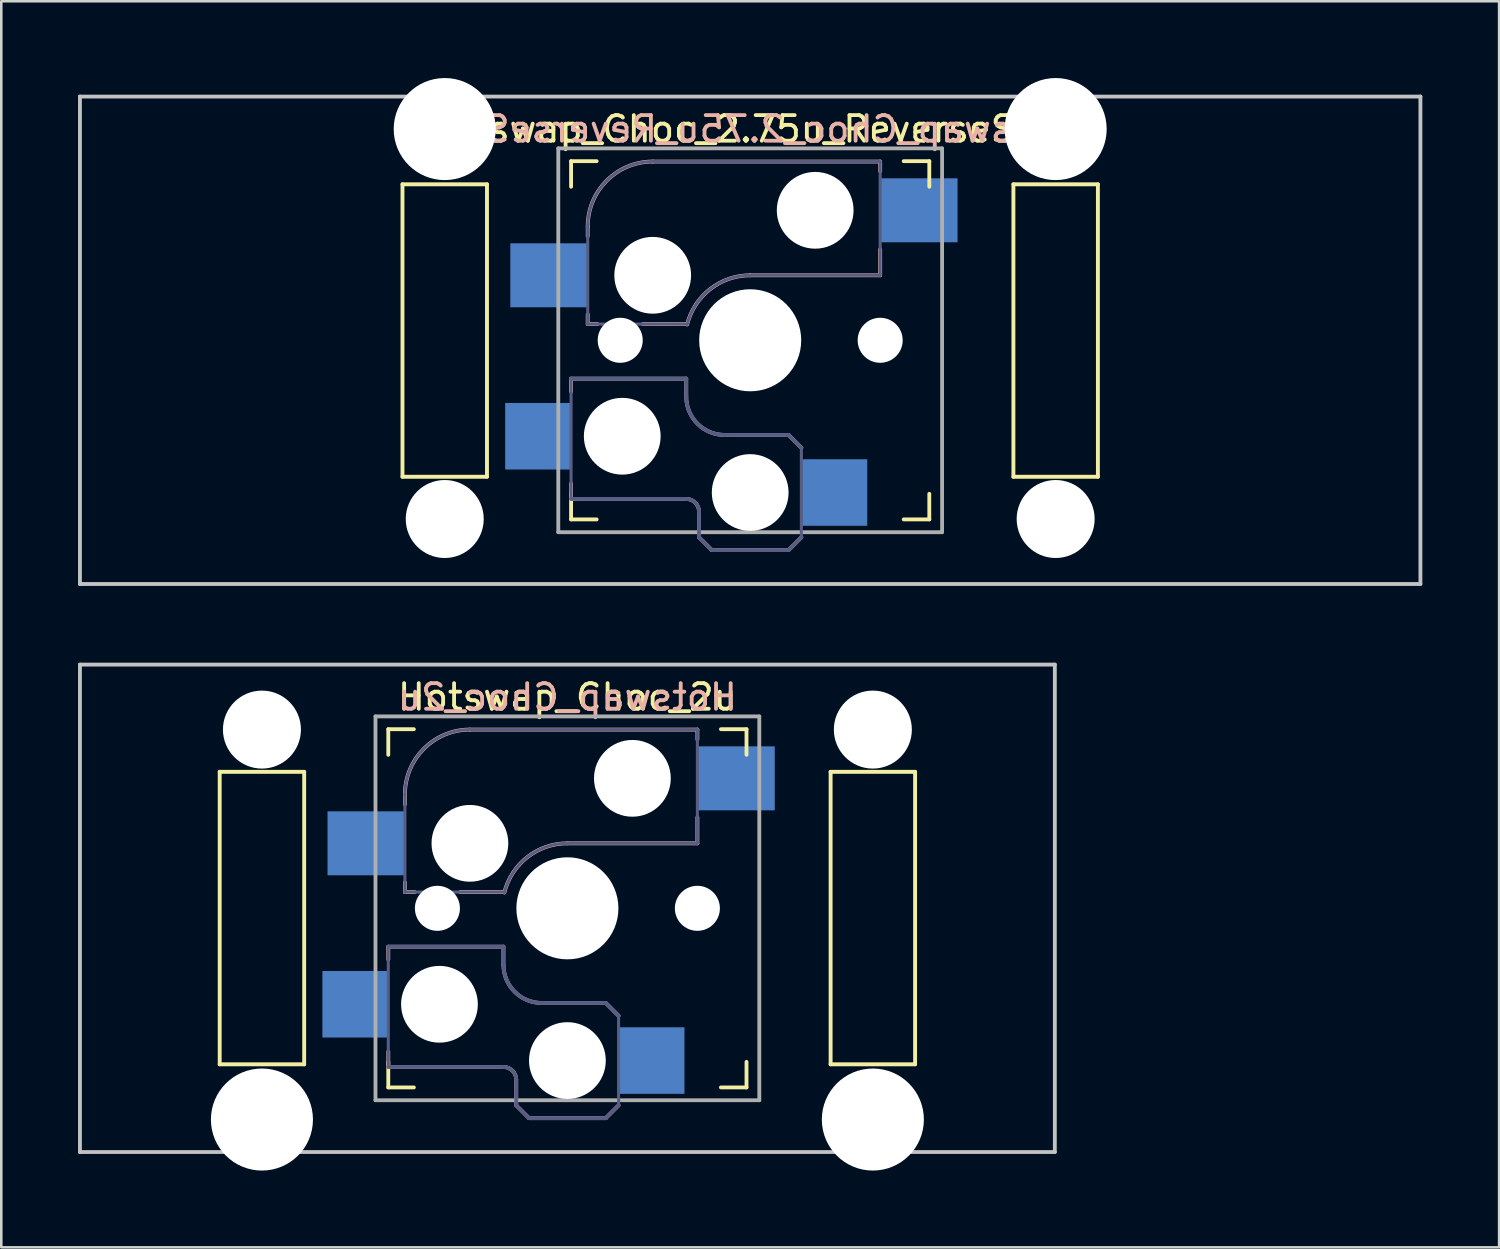
<source format=kicad_pcb>
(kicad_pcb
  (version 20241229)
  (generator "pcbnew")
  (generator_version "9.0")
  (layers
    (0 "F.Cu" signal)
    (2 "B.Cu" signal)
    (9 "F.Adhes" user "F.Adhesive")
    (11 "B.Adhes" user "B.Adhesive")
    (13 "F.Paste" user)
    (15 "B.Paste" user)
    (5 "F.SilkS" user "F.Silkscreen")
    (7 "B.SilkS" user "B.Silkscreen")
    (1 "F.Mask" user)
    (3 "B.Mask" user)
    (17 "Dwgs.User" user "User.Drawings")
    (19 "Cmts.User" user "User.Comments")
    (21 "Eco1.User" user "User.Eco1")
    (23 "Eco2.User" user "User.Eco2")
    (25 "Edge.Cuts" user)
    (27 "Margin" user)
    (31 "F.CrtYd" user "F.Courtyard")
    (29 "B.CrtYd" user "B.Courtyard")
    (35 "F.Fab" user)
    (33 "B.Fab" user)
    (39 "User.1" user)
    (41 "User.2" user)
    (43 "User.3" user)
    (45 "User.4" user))
  (footprint "Hotswap_Choc_2u"
    (layer "F.Cu")
    (at 19.125 32.449)
    (property "Reference" "Hotswap_Choc_2u" (at 0 -8.255 0) (layer "F.SilkS") (effects (font (size 1 1) (thickness 0.15))))
    (attr through_hole)
    (fp_line (start -13.589 -5.334) (end -13.589 6.096) (stroke (width 0.152) (type solid)) (layer "F.SilkS"))
    (fp_line (start -13.589 6.096) (end -10.287 6.096) (stroke (width 0.152) (type solid)) (layer "F.SilkS"))
    (fp_line (start -10.287 -5.334) (end -13.589 -5.334) (stroke (width 0.152) (type solid)) (layer "F.SilkS"))
    (fp_line (start -10.287 6.096) (end -10.287 -5.334) (stroke (width 0.152) (type solid)) (layer "F.SilkS"))
    (fp_line (start -7 -6) (end -7 -7) (stroke (width 0.15) (type solid)) (layer "F.SilkS"))
    (fp_line (start -7 7) (end -7 6) (stroke (width 0.15) (type solid)) (layer "F.SilkS"))
    (fp_line (start -7 7) (end -6 7) (stroke (width 0.15) (type solid)) (layer "F.SilkS"))
    (fp_line (start -6 -7) (end -7 -7) (stroke (width 0.15) (type solid)) (layer "F.SilkS"))
    (fp_line (start 6 7) (end 7 7) (stroke (width 0.15) (type solid)) (layer "F.SilkS"))
    (fp_line (start 7 -7) (end 6 -7) (stroke (width 0.15) (type solid)) (layer "F.SilkS"))
    (fp_line (start 7 -7) (end 7 -6) (stroke (width 0.15) (type solid)) (layer "F.SilkS"))
    (fp_line (start 7 6) (end 7 7) (stroke (width 0.15) (type solid)) (layer "F.SilkS"))
    (fp_line (start 10.287 -5.334) (end 10.287 6.096) (stroke (width 0.152) (type solid)) (layer "F.SilkS"))
    (fp_line (start 10.287 6.096) (end 13.589 6.096) (stroke (width 0.152) (type solid)) (layer "F.SilkS"))
    (fp_line (start 13.589 -5.334) (end 10.287 -5.334) (stroke (width 0.152) (type solid)) (layer "F.SilkS"))
    (fp_line (start 13.589 6.096) (end 13.589 -5.334) (stroke (width 0.152) (type solid)) (layer "F.SilkS"))
    (fp_line (start -7 1.5) (end -7 2) (stroke (width 0.15) (type solid)) (layer "B.SilkS"))
    (fp_line (start -7 5.6) (end -7 6.2) (stroke (width 0.15) (type solid)) (layer "B.SilkS"))
    (fp_line (start -7 6.2) (end -2.5 6.2) (stroke (width 0.15) (type solid)) (layer "B.SilkS"))
    (fp_line (start -6.35 -4.445) (end -6.35 -4.064) (stroke (width 0.15) (type solid)) (layer "B.SilkS"))
    (fp_line (start -6.35 -1.016) (end -6.35 -0.635) (stroke (width 0.15) (type solid)) (layer "B.SilkS"))
    (fp_line (start -6.35 -0.635) (end -5.969 -0.635) (stroke (width 0.15) (type solid)) (layer "B.SilkS"))
    (fp_line (start -4.191 -0.635) (end -2.54 -0.635) (stroke (width 0.15) (type solid)) (layer "B.SilkS"))
    (fp_line (start -2.5 1.5) (end -7 1.5) (stroke (width 0.15) (type solid)) (layer "B.SilkS"))
    (fp_line (start -2.5 2.2) (end -2.5 1.5) (stroke (width 0.15) (type solid)) (layer "B.SilkS"))
    (fp_line (start -2 6.7) (end -2 7.7) (stroke (width 0.15) (type solid)) (layer "B.SilkS"))
    (fp_line (start -1.5 8.2) (end -2 7.7) (stroke (width 0.15) (type solid)) (layer "B.SilkS"))
    (fp_line (start 0 -2.54) (end 5.08 -2.54) (stroke (width 0.15) (type solid)) (layer "B.SilkS"))
    (fp_line (start 1.5 3.7) (end -1 3.7) (stroke (width 0.15) (type solid)) (layer "B.SilkS"))
    (fp_line (start 1.5 8.2) (end -1.5 8.2) (stroke (width 0.15) (type solid)) (layer "B.SilkS"))
    (fp_line (start 2 4.2) (end 1.5 3.7) (stroke (width 0.15) (type solid)) (layer "B.SilkS"))
    (fp_line (start 2 7.7) (end 1.5 8.2) (stroke (width 0.15) (type solid)) (layer "B.SilkS"))
    (fp_line (start 5.08 -6.985) (end -3.81 -6.985) (stroke (width 0.15) (type solid)) (layer "B.SilkS"))
    (fp_line (start 5.08 -6.604) (end 5.08 -6.985) (stroke (width 0.15) (type solid)) (layer "B.SilkS"))
    (fp_line (start 5.08 -2.54) (end 5.08 -3.556) (stroke (width 0.15) (type solid)) (layer "B.SilkS"))
    (fp_arc (start -6.35 -4.445) (mid -5.606051 -6.241051) (end -3.81 -6.985) (stroke (width 0.15) (type solid)) (layer "B.SilkS"))
    (fp_arc (start -2.5 6.2) (mid -2.146447 6.346447) (end -2 6.7) (stroke (width 0.15) (type solid)) (layer "B.SilkS"))
    (fp_arc (start -2.464162 -0.61604) (mid -1.563147 -2.002042) (end 0 -2.54) (stroke (width 0.15) (type solid)) (layer "B.SilkS"))
    (fp_arc (start -1 3.7) (mid -2.06066 3.26066) (end -2.5 2.2) (stroke (width 0.15) (type solid)) (layer "B.SilkS"))
    (fp_line (start -19.05 -9.525) (end 19.05 -9.525) (stroke (width 0.15) (type solid)) (layer "Dwgs.User"))
    (fp_line (start -19.05 9.525) (end -19.05 -9.525) (stroke (width 0.15) (type solid)) (layer "Dwgs.User"))
    (fp_line (start -19.05 9.525) (end 19.05 9.525) (stroke (width 0.15) (type solid)) (layer "Dwgs.User"))
    (fp_line (start 19.05 -9.525) (end 19.05 9.525) (stroke (width 0.15) (type solid)) (layer "Dwgs.User"))
    (fp_line (start -6.9 6.9) (end -6.9 -6.9) (stroke (width 0.15) (type solid)) (layer "Eco2.User"))
    (fp_line (start -6.9 6.9) (end 6.9 6.9) (stroke (width 0.15) (type solid)) (layer "Eco2.User"))
    (fp_line (start 6.9 -6.9) (end -6.9 -6.9) (stroke (width 0.15) (type solid)) (layer "Eco2.User"))
    (fp_line (start 6.9 -6.9) (end 6.9 6.9) (stroke (width 0.15) (type solid)) (layer "Eco2.User"))
    (fp_line (start -7 1.5) (end -7 6.2) (stroke (width 0.12) (type solid)) (layer "B.Fab"))
    (fp_line (start -7 6.2) (end -2.5 6.2) (stroke (width 0.15) (type solid)) (layer "B.Fab"))
    (fp_line (start -6.35 -4.445) (end -6.35 -0.635) (stroke (width 0.12) (type solid)) (layer "B.Fab"))
    (fp_line (start -6.35 -0.635) (end -2.54 -0.635) (stroke (width 0.12) (type solid)) (layer "B.Fab"))
    (fp_line (start -2.5 1.5) (end -7 1.5) (stroke (width 0.15) (type solid)) (layer "B.Fab"))
    (fp_line (start -2.5 2.2) (end -2.5 1.5) (stroke (width 0.15) (type solid)) (layer "B.Fab"))
    (fp_line (start -2 6.7) (end -2 7.7) (stroke (width 0.15) (type solid)) (layer "B.Fab"))
    (fp_line (start -1.5 8.2) (end -2 7.7) (stroke (width 0.15) (type solid)) (layer "B.Fab"))
    (fp_line (start 0 -2.54) (end 5.08 -2.54) (stroke (width 0.12) (type solid)) (layer "B.Fab"))
    (fp_line (start 1.5 3.7) (end -1 3.7) (stroke (width 0.15) (type solid)) (layer "B.Fab"))
    (fp_line (start 1.5 8.2) (end -1.5 8.2) (stroke (width 0.15) (type solid)) (layer "B.Fab"))
    (fp_line (start 2 4.2) (end 1.5 3.7) (stroke (width 0.15) (type solid)) (layer "B.Fab"))
    (fp_line (start 2 4.25) (end 2 7.7) (stroke (width 0.12) (type solid)) (layer "B.Fab"))
    (fp_line (start 2 7.7) (end 1.5 8.2) (stroke (width 0.15) (type solid)) (layer "B.Fab"))
    (fp_line (start 5.08 -6.985) (end -3.81 -6.985) (stroke (width 0.12) (type solid)) (layer "B.Fab"))
    (fp_line (start 5.08 -2.54) (end 5.08 -6.985) (stroke (width 0.12) (type solid)) (layer "B.Fab"))
    (fp_arc (start -6.35 -4.445) (mid -5.606051 -6.241051) (end -3.81 -6.985) (stroke (width 0.12) (type solid)) (layer "B.Fab"))
    (fp_arc (start -2.5 6.2) (mid -2.146447 6.346447) (end -2 6.7) (stroke (width 0.15) (type solid)) (layer "B.Fab"))
    (fp_arc (start -2.464162 -0.61604) (mid -1.563147 -2.002042) (end 0 -2.54) (stroke (width 0.12) (type solid)) (layer "B.Fab"))
    (fp_arc (start -1 3.7) (mid -2.06066 3.26066) (end -2.5 2.2) (stroke (width 0.15) (type solid)) (layer "B.Fab"))
    (fp_line (start -7.5 -7.5) (end 7.5 -7.5) (stroke (width 0.15) (type solid)) (layer "F.Fab"))
    (fp_line (start -7.5 7.5) (end -7.5 -7.5) (stroke (width 0.15) (type solid)) (layer "F.Fab"))
    (fp_line (start 7.5 -7.5) (end 7.5 7.5) (stroke (width 0.15) (type solid)) (layer "F.Fab"))
    (fp_line (start 7.5 7.5) (end -7.5 7.5) (stroke (width 0.15) (type solid)) (layer "F.Fab"))
    (fp_text user "${REFERENCE}" (at 0 -8.255 0) (layer "B.SilkS") (effects (font (size 1 1) (thickness 0.15)) (justify mirror)))
    (pad "" np_thru_hole circle (at -11.938 -6.985) (size 3.048 3.048) (drill 3.048) (layers "*.Cu" "*.Mask"))
    (pad "" np_thru_hole circle (at -11.938 8.255) (size 3.988 3.988) (drill 3.988) (layers "*.Cu" "*.Mask"))
    (pad "" np_thru_hole circle (at -5.08 0 180) (size 1.76 1.76) (drill 1.76) (layers "*.Cu" "*.Mask"))
    (pad "" np_thru_hole circle (at -5 3.75) (size 3 3) (drill 3) (layers "*.Cu" "*.Mask"))
    (pad "" np_thru_hole circle (at -3.81 -2.54 180) (size 3 3) (drill 3) (layers "*.Cu" "*.Mask"))
    (pad "" np_thru_hole circle (at 0 0 180) (size 3.988 3.988) (drill 3.988) (layers "*.Cu" "*.Mask"))
    (pad "" np_thru_hole circle (at 0 5.95) (size 3 3) (drill 3) (layers "*.Cu" "*.Mask"))
    (pad "" np_thru_hole circle (at 2.54 -5.08 180) (size 3 3) (drill 3) (layers "*.Cu" "*.Mask"))
    (pad "" np_thru_hole circle (at 5.08 0 180) (size 1.76 1.76) (drill 1.76) (layers "*.Cu" "*.Mask"))
    (pad "" np_thru_hole circle (at 11.938 -6.985) (size 3.048 3.048) (drill 3.048) (layers "*.Cu" "*.Mask"))
    (pad "" np_thru_hole circle (at 11.938 8.255) (size 3.988 3.988) (drill 3.988) (layers "*.Cu" "*.Mask"))
    (pad "1" smd rect (at -8.275 3.75) (size 2.6 2.6) (layers "B.Cu" "B.Mask" "B.Paste"))
    (pad "1" smd rect (at -7.874 -2.54 180) (size 3 2.5) (layers "B.Cu" "B.Mask" "B.Paste"))
    (pad "2" smd rect (at 3.275 5.95) (size 2.6 2.6) (layers "B.Cu" "B.Mask" "B.Paste"))
    (pad "2" smd rect (at 6.604 -5.08 180) (size 3 2.5) (layers "B.Cu" "B.Mask" "B.Paste")))
  (footprint "Hotswap_Choc_2.75u_ReverseStab"
    (layer "F.Cu")
    (at 26.269 10.249)
    (property "Reference" "Hotswap_Choc_2.75u_ReverseStab" (at 0 -8.255 0) (layer "F.SilkS") (effects (font (size 1 1) (thickness 0.15))))
    (attr through_hole)
    (fp_line (start -13.589 -6.096) (end -13.589 5.334) (stroke (width 0.152) (type solid)) (layer "F.SilkS"))
    (fp_line (start -13.589 5.334) (end -10.287 5.334) (stroke (width 0.152) (type solid)) (layer "F.SilkS"))
    (fp_line (start -10.287 -6.096) (end -13.589 -6.096) (stroke (width 0.152) (type solid)) (layer "F.SilkS"))
    (fp_line (start -10.287 5.334) (end -10.287 -6.096) (stroke (width 0.152) (type solid)) (layer "F.SilkS"))
    (fp_line (start -7 -6) (end -7 -7) (stroke (width 0.15) (type solid)) (layer "F.SilkS"))
    (fp_line (start -7 7) (end -7 6) (stroke (width 0.15) (type solid)) (layer "F.SilkS"))
    (fp_line (start -7 7) (end -6 7) (stroke (width 0.15) (type solid)) (layer "F.SilkS"))
    (fp_line (start -6 -7) (end -7 -7) (stroke (width 0.15) (type solid)) (layer "F.SilkS"))
    (fp_line (start 6 7) (end 7 7) (stroke (width 0.15) (type solid)) (layer "F.SilkS"))
    (fp_line (start 7 -7) (end 6 -7) (stroke (width 0.15) (type solid)) (layer "F.SilkS"))
    (fp_line (start 7 -7) (end 7 -6) (stroke (width 0.15) (type solid)) (layer "F.SilkS"))
    (fp_line (start 7 6) (end 7 7) (stroke (width 0.15) (type solid)) (layer "F.SilkS"))
    (fp_line (start 10.287 -6.096) (end 10.287 5.334) (stroke (width 0.152) (type solid)) (layer "F.SilkS"))
    (fp_line (start 10.287 5.334) (end 13.589 5.334) (stroke (width 0.152) (type solid)) (layer "F.SilkS"))
    (fp_line (start 13.589 -6.096) (end 10.287 -6.096) (stroke (width 0.152) (type solid)) (layer "F.SilkS"))
    (fp_line (start 13.589 5.334) (end 13.589 -6.096) (stroke (width 0.152) (type solid)) (layer "F.SilkS"))
    (fp_line (start -7 1.5) (end -7 2) (stroke (width 0.15) (type solid)) (layer "B.SilkS"))
    (fp_line (start -7 5.6) (end -7 6.2) (stroke (width 0.15) (type solid)) (layer "B.SilkS"))
    (fp_line (start -7 6.2) (end -2.5 6.2) (stroke (width 0.15) (type solid)) (layer "B.SilkS"))
    (fp_line (start -6.35 -4.445) (end -6.35 -4.064) (stroke (width 0.15) (type solid)) (layer "B.SilkS"))
    (fp_line (start -6.35 -1.016) (end -6.35 -0.635) (stroke (width 0.15) (type solid)) (layer "B.SilkS"))
    (fp_line (start -6.35 -0.635) (end -5.969 -0.635) (stroke (width 0.15) (type solid)) (layer "B.SilkS"))
    (fp_line (start -4.191 -0.635) (end -2.54 -0.635) (stroke (width 0.15) (type solid)) (layer "B.SilkS"))
    (fp_line (start -2.5 1.5) (end -7 1.5) (stroke (width 0.15) (type solid)) (layer "B.SilkS"))
    (fp_line (start -2.5 2.2) (end -2.5 1.5) (stroke (width 0.15) (type solid)) (layer "B.SilkS"))
    (fp_line (start -2 6.7) (end -2 7.7) (stroke (width 0.15) (type solid)) (layer "B.SilkS"))
    (fp_line (start -1.5 8.2) (end -2 7.7) (stroke (width 0.15) (type solid)) (layer "B.SilkS"))
    (fp_line (start 0 -2.54) (end 5.08 -2.54) (stroke (width 0.15) (type solid)) (layer "B.SilkS"))
    (fp_line (start 1.5 3.7) (end -1 3.7) (stroke (width 0.15) (type solid)) (layer "B.SilkS"))
    (fp_line (start 1.5 8.2) (end -1.5 8.2) (stroke (width 0.15) (type solid)) (layer "B.SilkS"))
    (fp_line (start 2 4.2) (end 1.5 3.7) (stroke (width 0.15) (type solid)) (layer "B.SilkS"))
    (fp_line (start 2 7.7) (end 1.5 8.2) (stroke (width 0.15) (type solid)) (layer "B.SilkS"))
    (fp_line (start 5.08 -6.985) (end -3.81 -6.985) (stroke (width 0.15) (type solid)) (layer "B.SilkS"))
    (fp_line (start 5.08 -6.604) (end 5.08 -6.985) (stroke (width 0.15) (type solid)) (layer "B.SilkS"))
    (fp_line (start 5.08 -2.54) (end 5.08 -3.556) (stroke (width 0.15) (type solid)) (layer "B.SilkS"))
    (fp_arc (start -6.35 -4.445) (mid -5.606051 -6.241051) (end -3.81 -6.985) (stroke (width 0.15) (type solid)) (layer "B.SilkS"))
    (fp_arc (start -2.5 6.2) (mid -2.146447 6.346447) (end -2 6.7) (stroke (width 0.15) (type solid)) (layer "B.SilkS"))
    (fp_arc (start -2.464162 -0.61604) (mid -1.563147 -2.002042) (end 0 -2.54) (stroke (width 0.15) (type solid)) (layer "B.SilkS"))
    (fp_arc (start -1 3.7) (mid -2.06066 3.26066) (end -2.5 2.2) (stroke (width 0.15) (type solid)) (layer "B.SilkS"))
    (fp_line (start -26.194 -9.525) (end 26.194 -9.525) (stroke (width 0.15) (type solid)) (layer "Dwgs.User"))
    (fp_line (start -26.194 9.525) (end -26.194 -9.525) (stroke (width 0.15) (type solid)) (layer "Dwgs.User"))
    (fp_line (start 26.194 -9.525) (end 26.194 9.525) (stroke (width 0.15) (type solid)) (layer "Dwgs.User"))
    (fp_line (start 26.194 9.525) (end -26.194 9.525) (stroke (width 0.15) (type solid)) (layer "Dwgs.User"))
    (fp_line (start -6.9 6.9) (end -6.9 -6.9) (stroke (width 0.15) (type solid)) (layer "Eco2.User"))
    (fp_line (start -6.9 6.9) (end 6.9 6.9) (stroke (width 0.15) (type solid)) (layer "Eco2.User"))
    (fp_line (start 6.9 -6.9) (end -6.9 -6.9) (stroke (width 0.15) (type solid)) (layer "Eco2.User"))
    (fp_line (start 6.9 -6.9) (end 6.9 6.9) (stroke (width 0.15) (type solid)) (layer "Eco2.User"))
    (fp_line (start -7 1.5) (end -7 6.2) (stroke (width 0.12) (type solid)) (layer "B.Fab"))
    (fp_line (start -7 6.2) (end -2.5 6.2) (stroke (width 0.15) (type solid)) (layer "B.Fab"))
    (fp_line (start -6.35 -4.445) (end -6.35 -0.635) (stroke (width 0.12) (type solid)) (layer "B.Fab"))
    (fp_line (start -6.35 -0.635) (end -2.54 -0.635) (stroke (width 0.12) (type solid)) (layer "B.Fab"))
    (fp_line (start -2.5 1.5) (end -7 1.5) (stroke (width 0.15) (type solid)) (layer "B.Fab"))
    (fp_line (start -2.5 2.2) (end -2.5 1.5) (stroke (width 0.15) (type solid)) (layer "B.Fab"))
    (fp_line (start -2 6.7) (end -2 7.7) (stroke (width 0.15) (type solid)) (layer "B.Fab"))
    (fp_line (start -1.5 8.2) (end -2 7.7) (stroke (width 0.15) (type solid)) (layer "B.Fab"))
    (fp_line (start 0 -2.54) (end 5.08 -2.54) (stroke (width 0.12) (type solid)) (layer "B.Fab"))
    (fp_line (start 1.5 3.7) (end -1 3.7) (stroke (width 0.15) (type solid)) (layer "B.Fab"))
    (fp_line (start 1.5 8.2) (end -1.5 8.2) (stroke (width 0.15) (type solid)) (layer "B.Fab"))
    (fp_line (start 2 4.2) (end 1.5 3.7) (stroke (width 0.15) (type solid)) (layer "B.Fab"))
    (fp_line (start 2 4.25) (end 2 7.7) (stroke (width 0.12) (type solid)) (layer "B.Fab"))
    (fp_line (start 2 7.7) (end 1.5 8.2) (stroke (width 0.15) (type solid)) (layer "B.Fab"))
    (fp_line (start 5.08 -6.985) (end -3.81 -6.985) (stroke (width 0.12) (type solid)) (layer "B.Fab"))
    (fp_line (start 5.08 -2.54) (end 5.08 -6.985) (stroke (width 0.12) (type solid)) (layer "B.Fab"))
    (fp_arc (start -6.35 -4.445) (mid -5.606051 -6.241051) (end -3.81 -6.985) (stroke (width 0.12) (type solid)) (layer "B.Fab"))
    (fp_arc (start -2.5 6.2) (mid -2.146447 6.346447) (end -2 6.7) (stroke (width 0.15) (type solid)) (layer "B.Fab"))
    (fp_arc (start -2.464162 -0.61604) (mid -1.563147 -2.002042) (end 0 -2.54) (stroke (width 0.12) (type solid)) (layer "B.Fab"))
    (fp_arc (start -1 3.7) (mid -2.06066 3.26066) (end -2.5 2.2) (stroke (width 0.15) (type solid)) (layer "B.Fab"))
    (fp_line (start -7.5 -7.5) (end 7.5 -7.5) (stroke (width 0.15) (type solid)) (layer "F.Fab"))
    (fp_line (start -7.5 7.5) (end -7.5 -7.5) (stroke (width 0.15) (type solid)) (layer "F.Fab"))
    (fp_line (start 7.5 -7.5) (end 7.5 7.5) (stroke (width 0.15) (type solid)) (layer "F.Fab"))
    (fp_line (start 7.5 7.5) (end -7.5 7.5) (stroke (width 0.15) (type solid)) (layer "F.Fab"))
    (fp_text user "${REFERENCE}" (at 0 -8.255 0) (layer "B.SilkS") (effects (font (size 1 1) (thickness 0.15)) (justify mirror)))
    (pad "" np_thru_hole circle (at -11.938 -8.255 180) (size 3.988 3.988) (drill 3.988) (layers "*.Cu" "*.Mask"))
    (pad "" np_thru_hole circle (at -11.938 6.985 180) (size 3.048 3.048) (drill 3.048) (layers "*.Cu" "*.Mask"))
    (pad "" np_thru_hole circle (at -5.08 0 180) (size 1.76 1.76) (drill 1.76) (layers "*.Cu" "*.Mask"))
    (pad "" np_thru_hole circle (at -5 3.75) (size 3 3) (drill 3) (layers "*.Cu" "*.Mask"))
    (pad "" np_thru_hole circle (at -3.81 -2.54 180) (size 3 3) (drill 3) (layers "*.Cu" "*.Mask"))
    (pad "" np_thru_hole circle (at 0 0 180) (size 3.988 3.988) (drill 3.988) (layers "*.Cu" "*.Mask"))
    (pad "" np_thru_hole circle (at 0 5.95) (size 3 3) (drill 3) (layers "*.Cu" "*.Mask"))
    (pad "" np_thru_hole circle (at 2.54 -5.08 180) (size 3 3) (drill 3) (layers "*.Cu" "*.Mask"))
    (pad "" np_thru_hole circle (at 5.08 0 180) (size 1.76 1.76) (drill 1.76) (layers "*.Cu" "*.Mask"))
    (pad "" np_thru_hole circle (at 11.938 -8.255 180) (size 3.988 3.988) (drill 3.988) (layers "*.Cu" "*.Mask"))
    (pad "" np_thru_hole circle (at 11.938 6.985 180) (size 3.048 3.048) (drill 3.048) (layers "*.Cu" "*.Mask"))
    (pad "1" smd rect (at -8.275 3.75) (size 2.6 2.6) (layers "B.Cu" "B.Mask" "B.Paste"))
    (pad "1" smd rect (at -7.874 -2.54 180) (size 3 2.5) (layers "B.Cu" "B.Mask" "B.Paste"))
    (pad "2" smd rect (at 3.275 5.95) (size 2.6 2.6) (layers "B.Cu" "B.Mask" "B.Paste"))
    (pad "2" smd rect (at 6.604 -5.08 180) (size 3 2.5) (layers "B.Cu" "B.Mask" "B.Paste")))
  (gr_rect
    (start -3 -3)
    (end 55.538 45.698)
    (stroke (width 0.1) (type default))
    (fill no)
    (layer "Edge.Cuts")))
</source>
